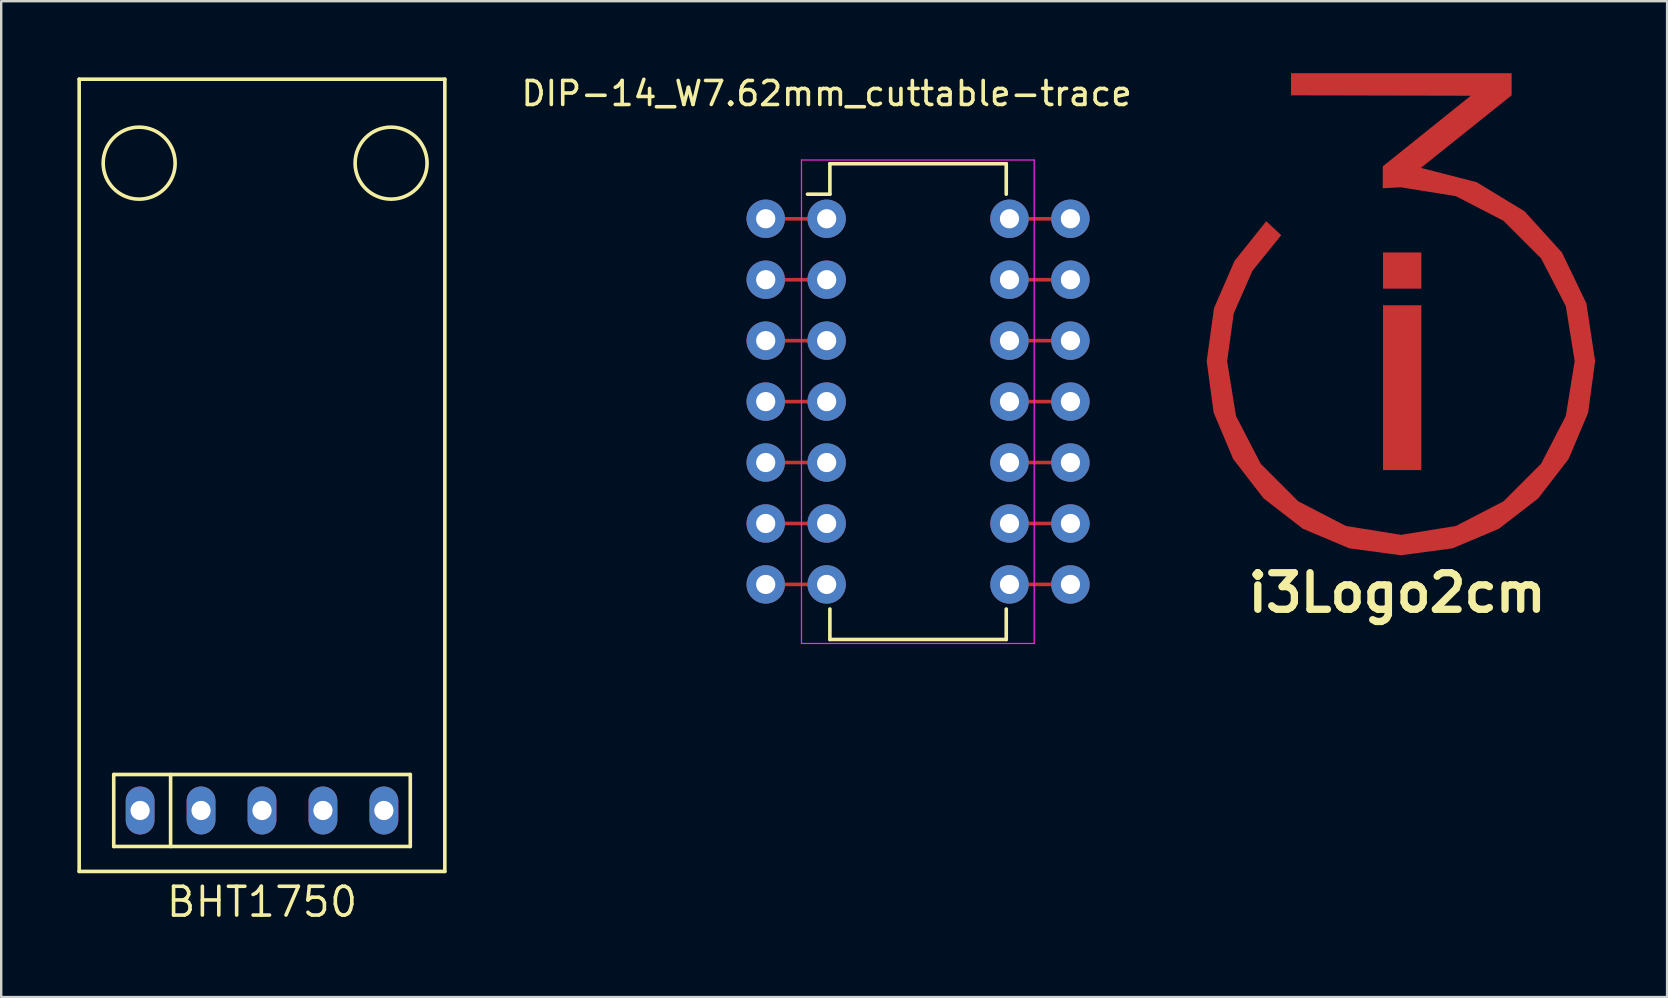
<source format=kicad_pcb>
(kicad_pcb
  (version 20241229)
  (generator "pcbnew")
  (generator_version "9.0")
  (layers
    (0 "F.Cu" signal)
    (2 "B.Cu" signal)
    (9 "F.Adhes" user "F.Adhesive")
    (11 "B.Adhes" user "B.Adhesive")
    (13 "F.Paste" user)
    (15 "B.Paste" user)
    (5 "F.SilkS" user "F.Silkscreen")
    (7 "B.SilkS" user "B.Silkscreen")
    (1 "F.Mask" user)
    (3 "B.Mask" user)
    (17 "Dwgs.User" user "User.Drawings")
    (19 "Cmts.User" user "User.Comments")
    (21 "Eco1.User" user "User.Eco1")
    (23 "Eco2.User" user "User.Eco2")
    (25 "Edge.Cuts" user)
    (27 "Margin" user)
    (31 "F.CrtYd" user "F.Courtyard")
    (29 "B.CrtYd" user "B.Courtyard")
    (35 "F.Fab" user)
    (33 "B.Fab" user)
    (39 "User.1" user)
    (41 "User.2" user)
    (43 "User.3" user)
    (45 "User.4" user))
  (footprint "BHT1750"
    (layer "F.Cu")
    (at 0.25 0.25)
    (property "Reference" "BHT1750" (at 7.62 34.29 0) (layer "F.SilkS") (effects (font (size 1.2 1.2) (thickness 0.15))))
    (attr through_hole)
    (fp_line (start 0 0) (end 15.24 0) (stroke (width 0.15) (type solid)) (layer "F.SilkS"))
    (fp_line (start 0 33.02) (end 0 0) (stroke (width 0.15) (type solid)) (layer "F.SilkS"))
    (fp_line (start 1.44 28.98) (end 13.8 28.98) (stroke (width 0.15) (type solid)) (layer "F.SilkS"))
    (fp_line (start 1.44 31.98) (end 1.44 28.98) (stroke (width 0.15) (type solid)) (layer "F.SilkS"))
    (fp_line (start 3.81 28.98) (end 3.81 31.98) (stroke (width 0.15) (type solid)) (layer "F.SilkS"))
    (fp_line (start 13.8 28.98) (end 13.8 31.98) (stroke (width 0.15) (type solid)) (layer "F.SilkS"))
    (fp_line (start 13.8 31.98) (end 1.44 31.98) (stroke (width 0.15) (type solid)) (layer "F.SilkS"))
    (fp_line (start 15.24 0) (end 15.24 33.02) (stroke (width 0.15) (type solid)) (layer "F.SilkS"))
    (fp_line (start 15.24 33.02) (end 0 33.02) (stroke (width 0.15) (type solid)) (layer "F.SilkS"))
    (fp_circle (center 2.5 3.5) (end 2.5 2) (stroke (width 0.15) (type solid)) (fill no) (layer "F.SilkS"))
    (fp_circle (center 13 3.5) (end 13 2) (stroke (width 0.15) (type solid)) (fill no) (layer "F.SilkS"))
    (pad "1" thru_hole oval (at 2.54 30.48) (size 1.2 2) (drill 0.8) (layers "*.Cu" "*.Mask"))
    (pad "2" thru_hole oval (at 5.08 30.48) (size 1.2 2) (drill 0.8) (layers "*.Cu" "*.Mask"))
    (pad "3" thru_hole oval (at 7.62 30.48) (size 1.2 2) (drill 0.8) (layers "*.Cu" "*.Mask"))
    (pad "4" thru_hole oval (at 10.16 30.48) (size 1.2 2) (drill 0.8) (layers "*.Cu" "*.Mask"))
    (pad "5" thru_hole oval (at 12.7 30.48) (size 1.2 2) (drill 0.8) (layers "*.Cu" "*.Mask")))
  (footprint "DIP-14_W7.62mm_cuttable-trace"
    (layer "F.Cu")
    (at 31.404 6.068)
    (property "Reference" "DIP-14_W7.62mm_cuttable-trace" (at 0 -5.22 0) (layer "F.SilkS") (effects (font (size 1 1) (thickness 0.15))))
    (attr through_hole)
    (fp_line (start -2.54 0) (end 0 0) (stroke (width 0.15) (type solid)) (layer "F.Cu"))
    (fp_line (start -2.54 2.54) (end 0 2.54) (stroke (width 0.15) (type solid)) (layer "F.Cu"))
    (fp_line (start -2.54 5.08) (end 0 5.08) (stroke (width 0.15) (type solid)) (layer "F.Cu"))
    (fp_line (start -2.54 7.62) (end 0 7.62) (stroke (width 0.15) (type solid)) (layer "F.Cu"))
    (fp_line (start -2.54 10.16) (end 0 10.16) (stroke (width 0.15) (type solid)) (layer "F.Cu"))
    (fp_line (start -2.54 12.7) (end 0 12.7) (stroke (width 0.15) (type solid)) (layer "F.Cu"))
    (fp_line (start -2.54 15.24) (end 0 15.24) (stroke (width 0.15) (type solid)) (layer "F.Cu"))
    (fp_line (start 7.62 0) (end 10.16 0) (stroke (width 0.15) (type solid)) (layer "F.Cu"))
    (fp_line (start 7.62 2.54) (end 10.16 2.54) (stroke (width 0.15) (type solid)) (layer "F.Cu"))
    (fp_line (start 7.62 5.08) (end 10.16 5.08) (stroke (width 0.15) (type solid)) (layer "F.Cu"))
    (fp_line (start 7.62 7.62) (end 10.16 7.62) (stroke (width 0.15) (type solid)) (layer "F.Cu"))
    (fp_line (start 7.62 10.16) (end 10.16 10.16) (stroke (width 0.15) (type solid)) (layer "F.Cu"))
    (fp_line (start 7.62 12.7) (end 10.16 12.7) (stroke (width 0.15) (type solid)) (layer "F.Cu"))
    (fp_line (start 7.62 15.24) (end 10.16 15.24) (stroke (width 0.15) (type solid)) (layer "F.Cu"))
    (fp_line (start 0.135 -2.295) (end 0.135 -1.025) (stroke (width 0.15) (type solid)) (layer "F.SilkS"))
    (fp_line (start 0.135 -2.295) (end 7.485 -2.295) (stroke (width 0.15) (type solid)) (layer "F.SilkS"))
    (fp_line (start 0.135 -1.025) (end -0.8 -1.025) (stroke (width 0.15) (type solid)) (layer "F.SilkS"))
    (fp_line (start 0.135 17.535) (end 0.135 16.265) (stroke (width 0.15) (type solid)) (layer "F.SilkS"))
    (fp_line (start 0.135 17.535) (end 7.485 17.535) (stroke (width 0.15) (type solid)) (layer "F.SilkS"))
    (fp_line (start 7.485 -2.295) (end 7.485 -1.025) (stroke (width 0.15) (type solid)) (layer "F.SilkS"))
    (fp_line (start 7.485 17.535) (end 7.485 16.265) (stroke (width 0.15) (type solid)) (layer "F.SilkS"))
    (fp_line (start -1.05 -2.45) (end -1.05 17.7) (stroke (width 0.05) (type solid)) (layer "F.CrtYd"))
    (fp_line (start -1.05 -2.45) (end 8.65 -2.45) (stroke (width 0.05) (type solid)) (layer "F.CrtYd"))
    (fp_line (start -1.05 17.7) (end 8.65 17.7) (stroke (width 0.05) (type solid)) (layer "F.CrtYd"))
    (fp_line (start 8.65 -2.45) (end 8.65 17.7) (stroke (width 0.05) (type solid)) (layer "F.CrtYd"))
    (pad "1" thru_hole oval (at -2.54 0) (size 1.6 1.6) (drill 0.8) (layers "*.Cu" "*.Mask"))
    (pad "1" thru_hole oval (at 0 0) (size 1.6 1.6) (drill 0.8) (layers "*.Cu" "*.Mask"))
    (pad "2" thru_hole oval (at -2.54 2.54) (size 1.6 1.6) (drill 0.8) (layers "*.Cu" "*.Mask"))
    (pad "2" thru_hole oval (at 0 2.54) (size 1.6 1.6) (drill 0.8) (layers "*.Cu" "*.Mask"))
    (pad "3" thru_hole oval (at -2.54 5.08) (size 1.6 1.6) (drill 0.8) (layers "*.Cu" "*.Mask"))
    (pad "3" thru_hole oval (at 0 5.08) (size 1.6 1.6) (drill 0.8) (layers "*.Cu" "*.Mask"))
    (pad "4" thru_hole oval (at -2.54 7.62) (size 1.6 1.6) (drill 0.8) (layers "*.Cu" "*.Mask"))
    (pad "4" thru_hole oval (at 0 7.62) (size 1.6 1.6) (drill 0.8) (layers "*.Cu" "*.Mask"))
    (pad "5" thru_hole oval (at -2.54 10.16) (size 1.6 1.6) (drill 0.8) (layers "*.Cu" "*.Mask"))
    (pad "5" thru_hole oval (at 0 10.16) (size 1.6 1.6) (drill 0.8) (layers "*.Cu" "*.Mask"))
    (pad "6" thru_hole oval (at -2.54 12.7) (size 1.6 1.6) (drill 0.8) (layers "*.Cu" "*.Mask"))
    (pad "6" thru_hole oval (at 0 12.7) (size 1.6 1.6) (drill 0.8) (layers "*.Cu" "*.Mask"))
    (pad "7" thru_hole oval (at -2.54 15.24) (size 1.6 1.6) (drill 0.8) (layers "*.Cu" "*.Mask"))
    (pad "7" thru_hole oval (at 0 15.24) (size 1.6 1.6) (drill 0.8) (layers "*.Cu" "*.Mask"))
    (pad "8" thru_hole oval (at 7.62 15.24) (size 1.6 1.6) (drill 0.8) (layers "*.Cu" "*.Mask"))
    (pad "8" thru_hole oval (at 10.16 15.24) (size 1.6 1.6) (drill 0.8) (layers "*.Cu" "*.Mask"))
    (pad "9" thru_hole oval (at 7.62 12.7) (size 1.6 1.6) (drill 0.8) (layers "*.Cu" "*.Mask"))
    (pad "9" thru_hole oval (at 10.16 12.7) (size 1.6 1.6) (drill 0.8) (layers "*.Cu" "*.Mask"))
    (pad "10" thru_hole oval (at 7.62 10.16) (size 1.6 1.6) (drill 0.8) (layers "*.Cu" "*.Mask"))
    (pad "10" thru_hole oval (at 10.16 10.16) (size 1.6 1.6) (drill 0.8) (layers "*.Cu" "*.Mask"))
    (pad "11" thru_hole oval (at 7.62 7.62) (size 1.6 1.6) (drill 0.8) (layers "*.Cu" "*.Mask"))
    (pad "11" thru_hole oval (at 10.16 7.62) (size 1.6 1.6) (drill 0.8) (layers "*.Cu" "*.Mask"))
    (pad "12" thru_hole oval (at 7.62 5.08) (size 1.6 1.6) (drill 0.8) (layers "*.Cu" "*.Mask"))
    (pad "12" thru_hole oval (at 10.16 5.08) (size 1.6 1.6) (drill 0.8) (layers "*.Cu" "*.Mask"))
    (pad "13" thru_hole oval (at 7.62 2.54) (size 1.6 1.6) (drill 0.8) (layers "*.Cu" "*.Mask"))
    (pad "13" thru_hole oval (at 10.16 2.54) (size 1.6 1.6) (drill 0.8) (layers "*.Cu" "*.Mask"))
    (pad "14" thru_hole oval (at 7.62 0) (size 1.6 1.6) (drill 0.8) (layers "*.Cu" "*.Mask"))
    (pad "14" thru_hole oval (at 10.16 0) (size 1.6 1.6) (drill 0.8) (layers "*.Cu" "*.Mask")))
  (footprint "i3Logo2cm"
    (layer "F.Cu")
    (at 55.179 10.224)
    (property "Reference" "i3Logo2cm" (at 0 11.43 0) (layer "F.SilkS") (effects (font (size 1.524 1.524) (thickness 0.305))))
    (attr smd)
    (fp_poly (pts (xy -0.587 -2.752) (xy 1.01 -2.752) (xy 1.01 -1.243) (xy -0.587 -1.243) (xy -0.587 -2.752)) (stroke (width 0) (type solid)) (fill yes) (layer "F.Cu"))
    (fp_poly (pts (xy -0.587 -0.551) (xy 1.01 -0.551) (xy 1.01 6.319) (xy -0.587 6.319) (xy -0.587 -0.551)) (stroke (width 0) (type solid)) (fill yes) (layer "F.Cu"))
    (fp_poly (pts (xy 0.993 -6.277) (xy 4.774 -9.301) (xy 4.774 -10.224) (xy -4.421 -10.224) (xy -4.421 -9.301) (xy 3.07 -9.284) (xy -0.596 -6.342) (xy -0.599 -5.427) (xy 0.158 -5.467) (xy 2.448 -5.098) (xy 4.436 -4.07) (xy 6.003 -2.502) (xy 7.031 -0.514) (xy 7.401 1.775) (xy 7.031 4.064) (xy 6.003 6.052) (xy 4.436 7.62) (xy 2.448 8.648) (xy 0.158 9.017) (xy -2.131 8.648) (xy -4.119 7.62) (xy -5.686 6.052) (xy -6.714 4.064) (xy -7.084 1.775) (xy -6.807 -0.211) (xy -6.03 -1.986) (xy -4.829 -3.473) (xy -5.454 -4.054) (xy -6.777 -2.397) (xy -7.632 -0.427) (xy -7.936 1.775) (xy -7.646 3.926) (xy -6.83 5.86) (xy -5.565 7.498) (xy -3.927 8.764) (xy -1.993 9.58) (xy 0.158 9.869) (xy 2.31 9.58) (xy 4.244 8.764) (xy 5.882 7.498) (xy 7.147 5.86) (xy 7.963 3.926) (xy 8.253 1.775) (xy 7.889 -0.631) (xy 6.872 -2.749) (xy 5.31 -4.469) (xy 3.314 -5.681) (xy 0.993 -6.277)) (stroke (width 0) (type solid)) (fill yes) (layer "F.Cu"))
    (fp_poly (pts (xy -0.752 -2.826) (xy -0.752 -1.074) (xy 1.171 -1.074) (xy 1.171 -2.909) (xy -0.752 -2.909) (xy -0.752 -2.868) (xy -0.752 -2.826)) (stroke (width 0) (type solid)) (fill yes) (layer "F.Mask"))
    (fp_poly (pts (xy -0.752 -0.635) (xy -0.752 1.727) (xy -0.752 4.09) (xy -0.752 6.453) (xy 1.171 6.453) (xy 1.171 4.062) (xy 1.171 1.672) (xy 1.171 -0.719) (xy -0.752 -0.719) (xy -0.752 -0.677) (xy -0.752 -0.635)) (stroke (width 0) (type solid)) (fill yes) (layer "F.Mask"))
    (fp_poly (pts (xy -4.495 -10.104) (xy -4.495 -8.955) (xy -2.151 -8.949) (xy 0.194 -8.944) (xy 2.538 -8.938) (xy 0.895 -7.619) (xy -0.749 -6.299) (xy -0.753 -5.142) (xy 1.676 -5.031) (xy 3.917 -4.089) (xy 5.699 -2.429) (xy 6.746 -0.397) (xy 7.081 1.865) (xy 6.661 4.112) (xy 5.54 6.08) (xy 3.85 7.587) (xy 1.764 8.467) (xy -0.46 8.626) (xy -2.619 8.078) (xy -4.489 6.869) (xy -5.835 5.209) (xy -6.614 3.221) (xy -6.746 1.09) (xy -6.042 -1.37) (xy -4.492 -3.414) (xy -5.344 -4.206) (xy -6.644 -2.662) (xy -7.515 -0.842) (xy -7.918 1.135) (xy -7.814 3.151) (xy -7.211 5.079) (xy -6.147 6.797) (xy -4.698 8.205) (xy -2.943 9.206) (xy -1.036 9.729) (xy 0.94 9.776) (xy 2.87 9.352) (xy 4.637 8.464) (xy 6.111 7.2) (xy 7.242 5.621) (xy 7.972 3.822) (xy 8.244 1.899) (xy 7.905 -0.584) (xy 6.827 -2.846) (xy 5.108 -4.669) (xy 3.344 -5.708) (xy 1.376 -6.271) (xy 3.106 -7.655) (xy 4.836 -9.039) (xy 4.836 -10.186) (xy 2.503 -10.186) (xy 0.171 -10.186) (xy -2.162 -10.186) (xy -4.495 -10.186) (xy -4.495 -10.145) (xy -4.495 -10.104)) (stroke (width 0) (type solid)) (fill yes) (layer "F.Mask")))
  (gr_rect
    (start -3 -3)
    (end 66.432 38.505)
    (stroke (width 0.1) (type default))
    (fill no)
    (layer "Edge.Cuts")))
</source>
